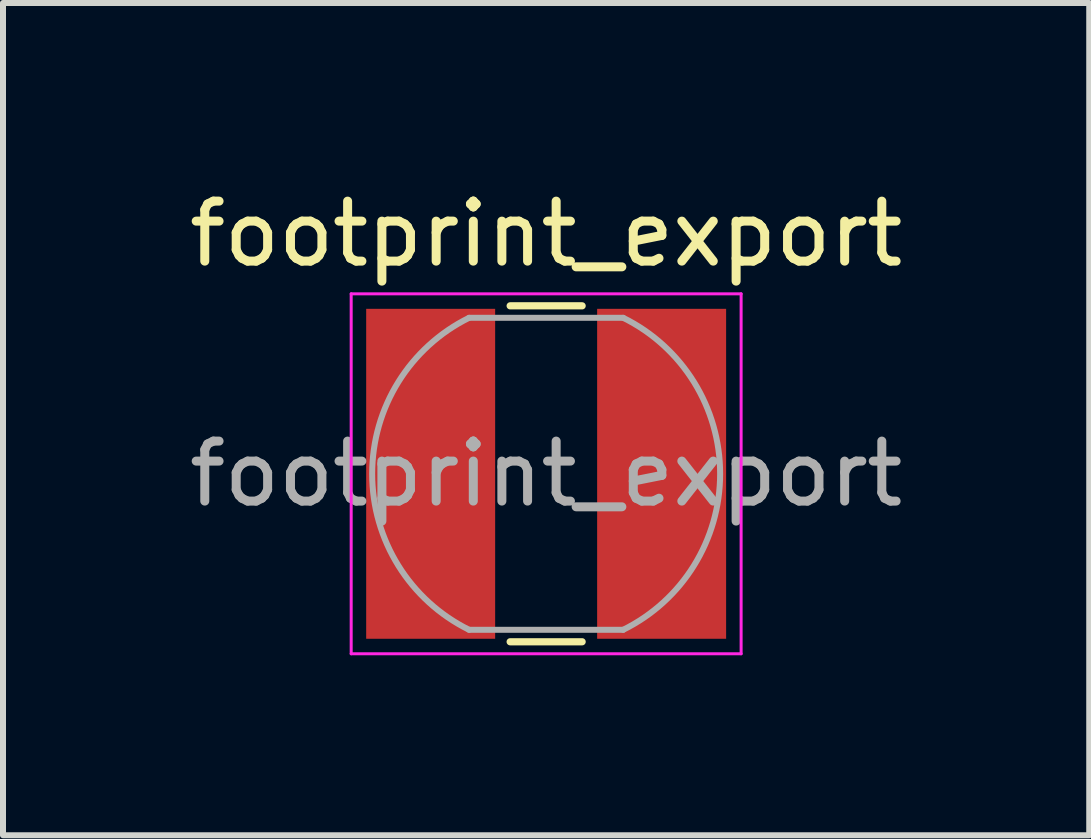
<source format=kicad_pcb>
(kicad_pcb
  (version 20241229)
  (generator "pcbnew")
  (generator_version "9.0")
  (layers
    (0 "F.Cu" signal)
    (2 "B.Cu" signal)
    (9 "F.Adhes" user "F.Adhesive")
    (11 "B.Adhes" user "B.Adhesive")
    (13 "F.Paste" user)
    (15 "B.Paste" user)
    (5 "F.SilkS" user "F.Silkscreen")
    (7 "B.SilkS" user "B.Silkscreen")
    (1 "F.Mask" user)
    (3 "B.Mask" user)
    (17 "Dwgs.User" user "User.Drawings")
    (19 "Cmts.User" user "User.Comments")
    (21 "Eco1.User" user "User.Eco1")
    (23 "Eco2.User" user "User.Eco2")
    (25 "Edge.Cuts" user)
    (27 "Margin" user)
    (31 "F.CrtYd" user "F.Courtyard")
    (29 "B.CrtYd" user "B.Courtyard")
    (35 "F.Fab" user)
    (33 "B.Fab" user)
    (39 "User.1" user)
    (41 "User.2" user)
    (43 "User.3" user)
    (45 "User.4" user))
  (footprint "footprint_export"
    (layer "F.Cu")
    (at 6.054 4.848)
    (property "Reference" "footprint_export" (at 0 -4 0) (layer "F.SilkS") (effects (font (size 1 1) (thickness 0.15))))
    (attr smd)
    (fp_line (start -0.6 2.8) (end 0.6 2.8) (stroke (width 0.12) (type solid)) (layer "F.SilkS"))
    (fp_line (start 0.6 -2.8) (end -0.6 -2.8) (stroke (width 0.12) (type solid)) (layer "F.SilkS"))
    (fp_line (start -3.25 -3) (end -3.25 3) (stroke (width 0.05) (type solid)) (layer "F.CrtYd"))
    (fp_line (start -3.25 -3) (end 3.25 -3) (stroke (width 0.05) (type solid)) (layer "F.CrtYd"))
    (fp_line (start 3.25 3) (end -3.25 3) (stroke (width 0.05) (type solid)) (layer "F.CrtYd"))
    (fp_line (start 3.25 3) (end 3.25 -3) (stroke (width 0.05) (type solid)) (layer "F.CrtYd"))
    (fp_line (start -1.285 -2.6) (end 1.285 -2.6) (stroke (width 0.1) (type solid)) (layer "F.Fab"))
    (fp_line (start -1.285 2.6) (end 1.285 2.6) (stroke (width 0.1) (type solid)) (layer "F.Fab"))
    (fp_arc (start -1.285 2.599999) (mid -2.90021 0) (end -1.284999 -2.599999) (stroke (width 0.1) (type solid)) (layer "F.Fab"))
    (fp_arc (start 1.285 -2.599999) (mid 2.90021 0) (end 1.284999 2.599999) (stroke (width 0.1) (type solid)) (layer "F.Fab"))
    (fp_text user "${REFERENCE}" (at 0 0 0) (layer "F.Fab") (effects (font (size 1 1) (thickness 0.15))))
    (pad "1" smd rect (at -1.925 0 90) (size 5.5 2.15) (layers "F.Cu" "F.Mask" "F.Paste"))
    (pad "2" smd rect (at 1.925 0 90) (size 5.5 2.15) (layers "F.Cu" "F.Mask" "F.Paste")))
  (gr_rect
    (start -3 -3)
    (end 15.107 10.873)
    (stroke (width 0.1) (type default))
    (fill no)
    (layer "Edge.Cuts")))
</source>
